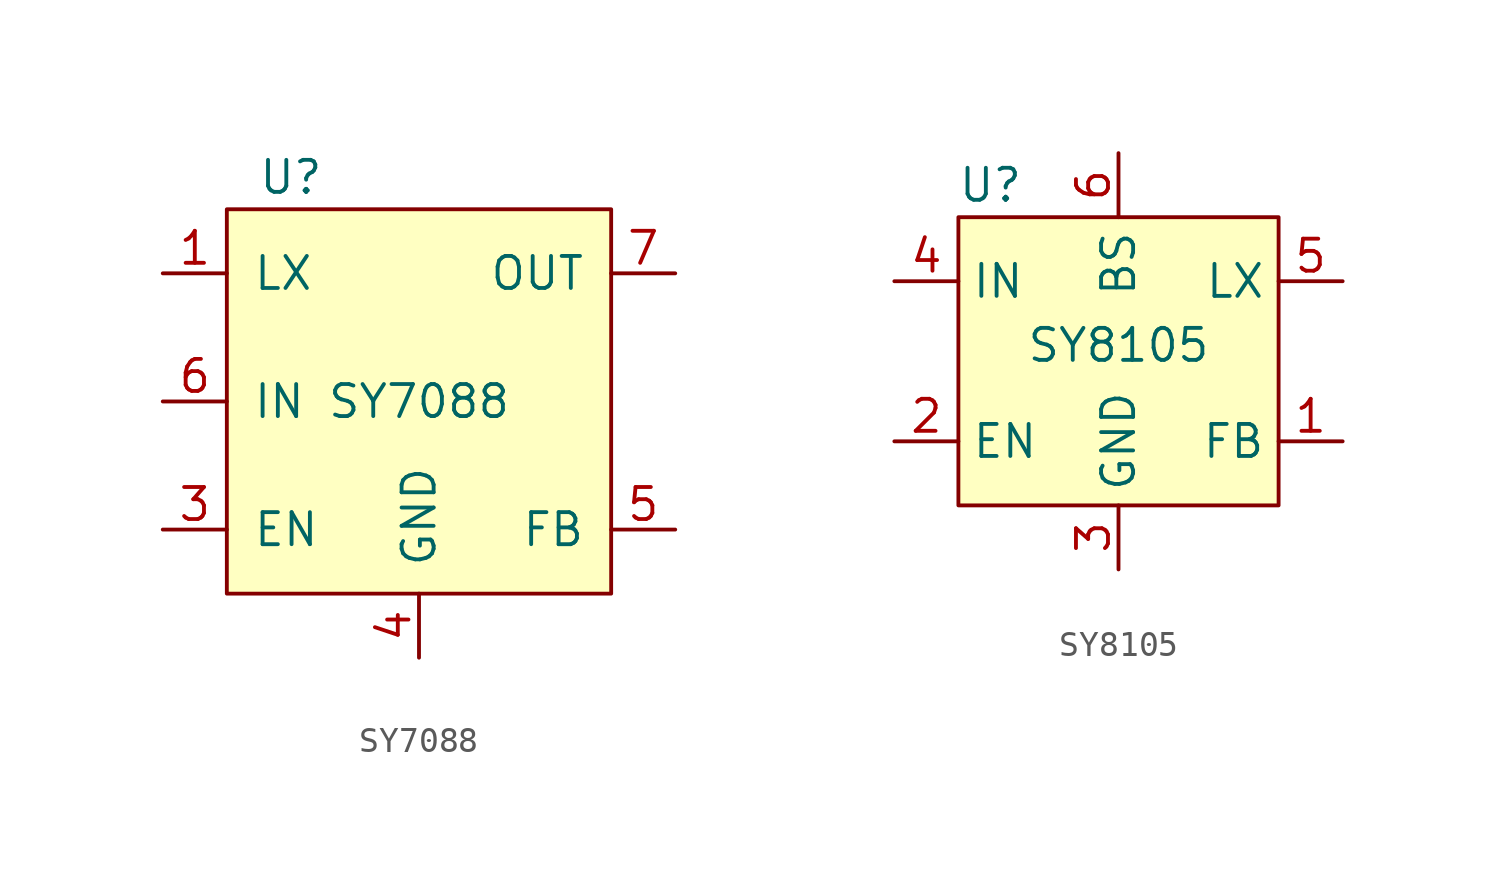
<source format=kicad_sym>
(kicad_symbol_lib
  (version 20220914)
  (generator kicad_symbol_editor)
  (symbol "SY7088"
    (pin_names
      (offset 1.016))
    (property "Reference" "U"
      (at -5.08 8.89 0)
      (effects (font (size 1.27 1.27))))
    (property "Value" "SY7088"
      (at 0 0 0)
      (effects (font (size 1.27 1.27))))
    (symbol "SY7088_0_1"
      (rectangle (start -7.62 7.62) (end 7.62 -7.62) (stroke (width 0) (type default)) (fill (type background))))
    (symbol "SY7088_1_1"
      (pin open_collector line (at -10.16 5.08 0) (length 2.54) (name "LX" (effects (font (size 1.27 1.27)))) (number "1" (effects (font (size 1.27 1.27)))))
      (pin open_collector line (at -10.16 5.08 0) (length 2.54) hide (name "LX" (effects (font (size 1.27 1.27)))) (number "2" (effects (font (size 1.27 1.27)))))
      (pin power_in line (at -10.16 -5.08 0) (length 2.54) (name "EN" (effects (font (size 1.27 1.27)))) (number "3" (effects (font (size 1.27 1.27)))))
      (pin power_in line (at 0 -10.16 90) (length 2.54) (name "GND" (effects (font (size 1.27 1.27)))) (number "4" (effects (font (size 1.27 1.27)))))
      (pin input line (at 10.16 -5.08 180) (length 2.54) (name "FB" (effects (font (size 1.27 1.27)))) (number "5" (effects (font (size 1.27 1.27)))))
      (pin power_in line (at -10.16 0 0) (length 2.54) (name "IN" (effects (font (size 1.27 1.27)))) (number "6" (effects (font (size 1.27 1.27)))))
      (pin power_out line (at 10.16 5.08 180) (length 2.54) (name "OUT" (effects (font (size 1.27 1.27)))) (number "7" (effects (font (size 1.27 1.27)))))
      (pin power_out line (at 10.16 5.08 180) (length 2.54) hide (name "OUT" (effects (font (size 1.27 1.27)))) (number "8" (effects (font (size 1.27 1.27)))))
      (pin power_in line (at 0 -10.16 90) (length 2.54) hide (name "GND" (effects (font (size 1.27 1.27)))) (number "9" (effects (font (size 1.27 1.27)))))))
  (symbol "SY8105"
    (property "Reference" "U"
      (at -5.08 6.35 0)
      (effects (font (size 1.27 1.27))))
    (property "Value" "SY8105"
      (at 0 0 0)
      (effects (font (size 1.27 1.27))))
    (symbol "SY8105_1_1"
      (rectangle (start -6.35 5.08) (end 6.35 -6.35) (stroke (width 0) (type default)) (fill (type background)))
      (pin input line (at 8.89 -3.81 180) (length 2.54) (name "FB" (effects (font (size 1.27 1.27)))) (number "1" (effects (font (size 1.27 1.27)))))
      (pin input line (at -8.89 -3.81 0) (length 2.54) (name "EN" (effects (font (size 1.27 1.27)))) (number "2" (effects (font (size 1.27 1.27)))))
      (pin power_in line (at 0 -8.89 90) (length 2.54) (name "GND" (effects (font (size 1.27 1.27)))) (number "3" (effects (font (size 1.27 1.27)))))
      (pin power_in line (at -8.89 2.54 0) (length 2.54) (name "IN" (effects (font (size 1.27 1.27)))) (number "4" (effects (font (size 1.27 1.27)))))
      (pin output line (at 8.89 2.54 180) (length 2.54) (name "LX" (effects (font (size 1.27 1.27)))) (number "5" (effects (font (size 1.27 1.27)))))
      (pin bidirectional line (at 0 7.62 270) (length 2.54) (name "BS" (effects (font (size 1.27 1.27)))) (number "6" (effects (font (size 1.27 1.27))))))))
</source>
